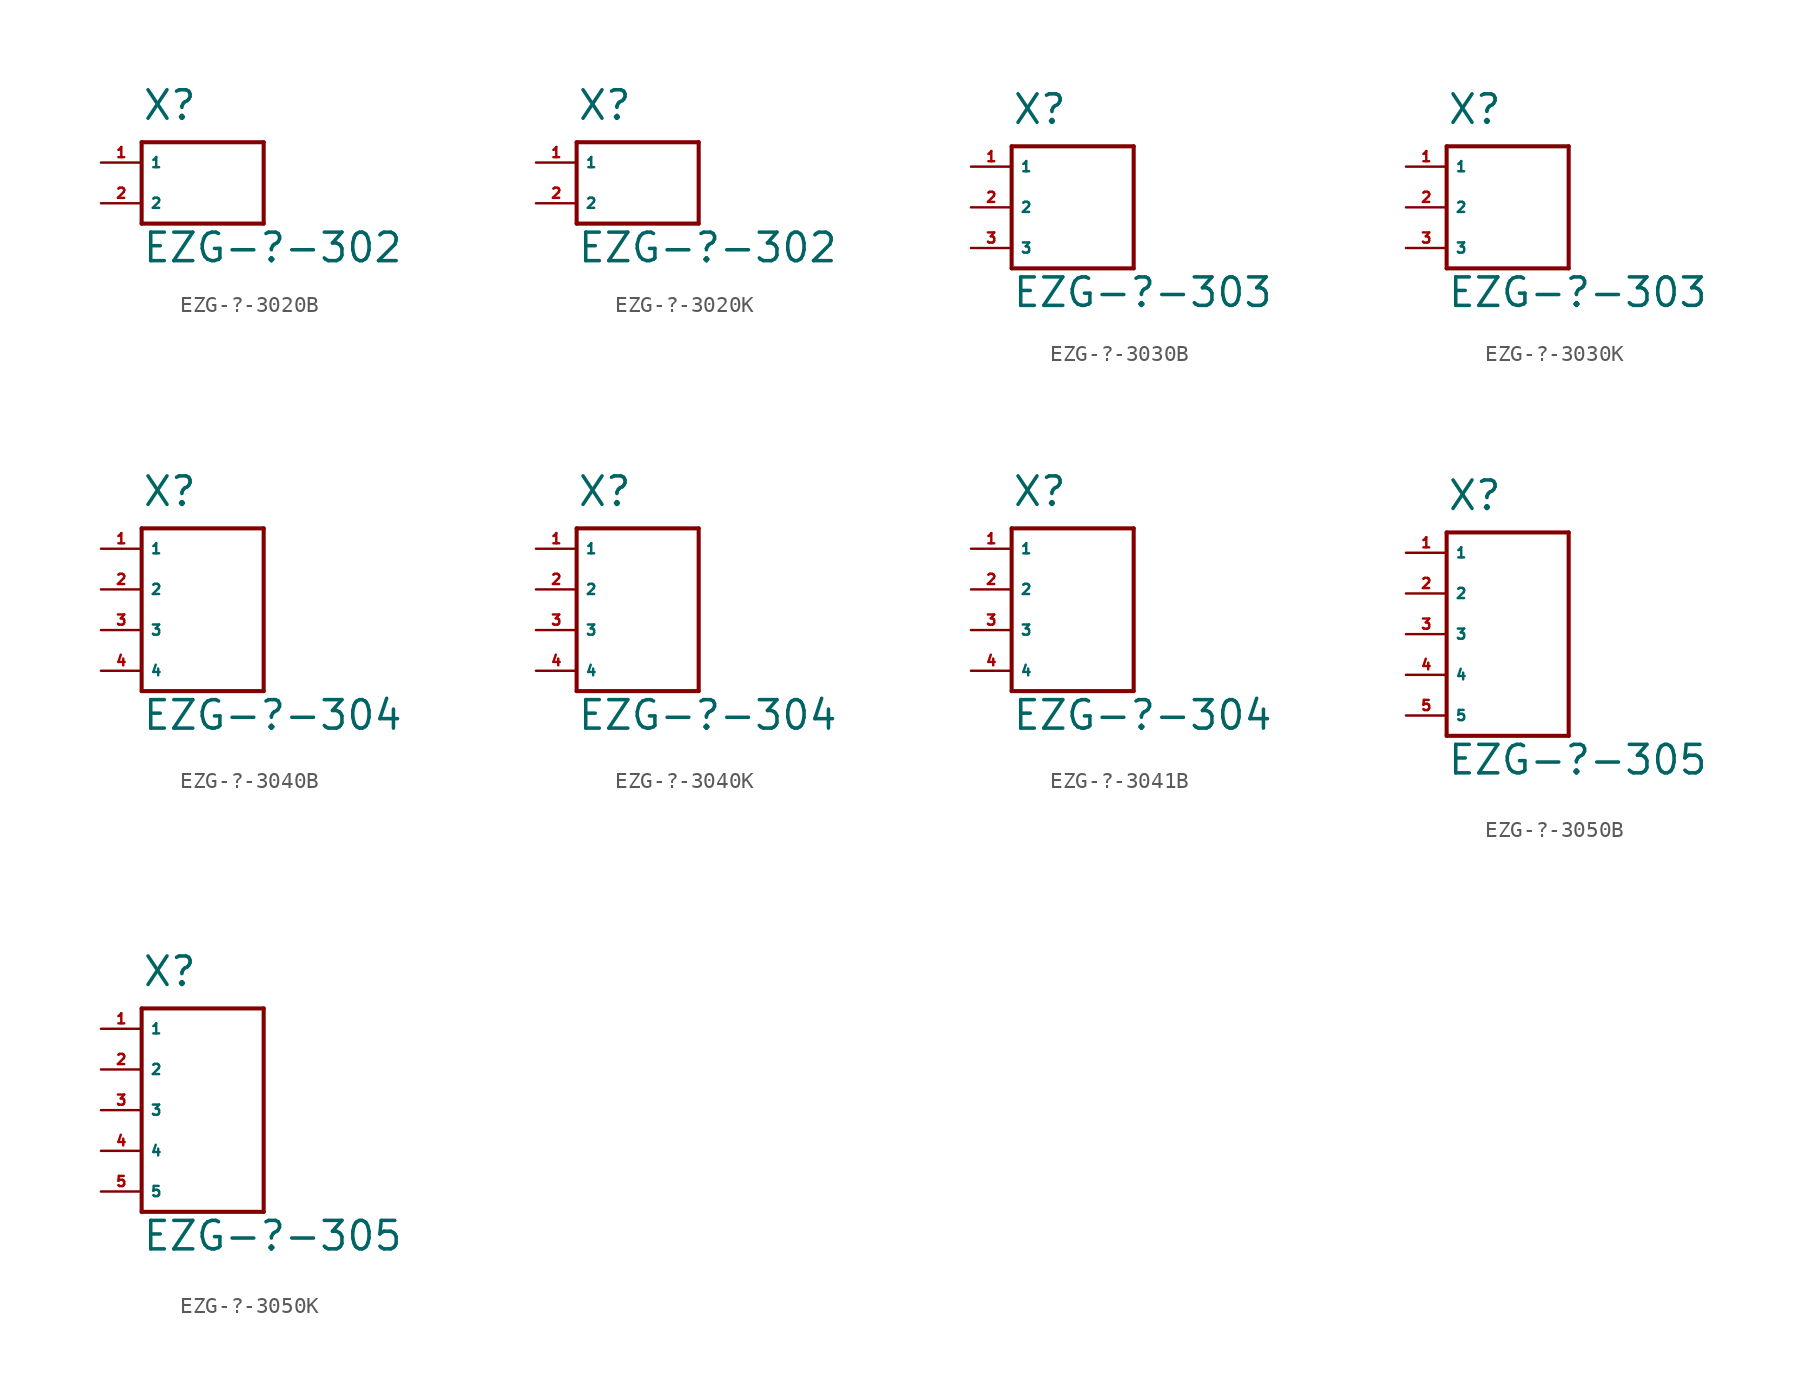
<source format=kicad_sym>
(kicad_symbol_lib
  (version 20220914)
  (generator Eagle2Kicad)
  (symbol "EZG-?-3020B"
    (property "Reference" "X"
      (at -2.54 2.54 0)
      (effects (font (size 1.778 1.778) (thickness 0.22)) (justify left bottom)))
    (property "Value" "EZG-?-302"
      (at -2.54 -6.35 0)
      (effects (font (size 1.778 1.778) (thickness 0.22)) (justify left bottom)))
    (polyline
      (pts (xy -2.54 1.27) (xy -2.54 -3.81))
      (stroke (width 0.254) (type default))
      (fill (type none)))
    (polyline
      (pts (xy -2.54 -3.81) (xy 5.08 -3.81))
      (stroke (width 0.254) (type default))
      (fill (type none)))
    (polyline
      (pts (xy 5.08 -3.81) (xy 5.08 1.27))
      (stroke (width 0.254) (type default))
      (fill (type none)))
    (polyline
      (pts (xy 5.08 1.27) (xy -2.54 1.27))
      (stroke (width 0.254) (type default))
      (fill (type none)))
    (pin passive line
      (at -5.08 0 0)
      (length 2.54)
      (name "1" (effects (font (size 0.635 0.635) (thickness 0.08)) (justify left bottom)))
      (number "1" (effects (font (size 0.635 0.635) (thickness 0.08)) (justify left bottom))))
    (pin passive line
      (at -5.08 -2.54 0)
      (length 2.54)
      (name "2" (effects (font (size 0.635 0.635) (thickness 0.08)) (justify left bottom)))
      (number "2" (effects (font (size 0.635 0.635) (thickness 0.08)) (justify left bottom)))))
  (symbol "EZG-?-3020K"
    (property "Reference" "X"
      (at -2.54 2.54 0)
      (effects (font (size 1.778 1.778) (thickness 0.22)) (justify left bottom)))
    (property "Value" "EZG-?-302"
      (at -2.54 -6.35 0)
      (effects (font (size 1.778 1.778) (thickness 0.22)) (justify left bottom)))
    (polyline
      (pts (xy -2.54 1.27) (xy -2.54 -3.81))
      (stroke (width 0.254) (type default))
      (fill (type none)))
    (polyline
      (pts (xy -2.54 -3.81) (xy 5.08 -3.81))
      (stroke (width 0.254) (type default))
      (fill (type none)))
    (polyline
      (pts (xy 5.08 -3.81) (xy 5.08 1.27))
      (stroke (width 0.254) (type default))
      (fill (type none)))
    (polyline
      (pts (xy 5.08 1.27) (xy -2.54 1.27))
      (stroke (width 0.254) (type default))
      (fill (type none)))
    (pin passive line
      (at -5.08 0 0)
      (length 2.54)
      (name "1" (effects (font (size 0.635 0.635) (thickness 0.08)) (justify left bottom)))
      (number "1" (effects (font (size 0.635 0.635) (thickness 0.08)) (justify left bottom))))
    (pin passive line
      (at -5.08 -2.54 0)
      (length 2.54)
      (name "2" (effects (font (size 0.635 0.635) (thickness 0.08)) (justify left bottom)))
      (number "2" (effects (font (size 0.635 0.635) (thickness 0.08)) (justify left bottom)))))
  (symbol "EZG-?-3030B"
    (property "Reference" "X"
      (at -2.54 2.54 0)
      (effects (font (size 1.778 1.778) (thickness 0.22)) (justify left bottom)))
    (property "Value" "EZG-?-303"
      (at -2.54 -8.89 0)
      (effects (font (size 1.778 1.778) (thickness 0.22)) (justify left bottom)))
    (polyline
      (pts (xy -2.54 1.27) (xy -2.54 -6.35))
      (stroke (width 0.254) (type default))
      (fill (type none)))
    (polyline
      (pts (xy -2.54 -6.35) (xy 5.08 -6.35))
      (stroke (width 0.254) (type default))
      (fill (type none)))
    (polyline
      (pts (xy 5.08 -6.35) (xy 5.08 1.27))
      (stroke (width 0.254) (type default))
      (fill (type none)))
    (polyline
      (pts (xy 5.08 1.27) (xy -2.54 1.27))
      (stroke (width 0.254) (type default))
      (fill (type none)))
    (pin passive line
      (at -5.08 0 0)
      (length 2.54)
      (name "1" (effects (font (size 0.635 0.635) (thickness 0.08)) (justify left bottom)))
      (number "1" (effects (font (size 0.635 0.635) (thickness 0.08)) (justify left bottom))))
    (pin passive line
      (at -5.08 -2.54 0)
      (length 2.54)
      (name "2" (effects (font (size 0.635 0.635) (thickness 0.08)) (justify left bottom)))
      (number "2" (effects (font (size 0.635 0.635) (thickness 0.08)) (justify left bottom))))
    (pin passive line
      (at -5.08 -5.08 0)
      (length 2.54)
      (name "3" (effects (font (size 0.635 0.635) (thickness 0.08)) (justify left bottom)))
      (number "3" (effects (font (size 0.635 0.635) (thickness 0.08)) (justify left bottom)))))
  (symbol "EZG-?-3030K"
    (property "Reference" "X"
      (at -2.54 2.54 0)
      (effects (font (size 1.778 1.778) (thickness 0.22)) (justify left bottom)))
    (property "Value" "EZG-?-303"
      (at -2.54 -8.89 0)
      (effects (font (size 1.778 1.778) (thickness 0.22)) (justify left bottom)))
    (polyline
      (pts (xy -2.54 1.27) (xy -2.54 -6.35))
      (stroke (width 0.254) (type default))
      (fill (type none)))
    (polyline
      (pts (xy -2.54 -6.35) (xy 5.08 -6.35))
      (stroke (width 0.254) (type default))
      (fill (type none)))
    (polyline
      (pts (xy 5.08 -6.35) (xy 5.08 1.27))
      (stroke (width 0.254) (type default))
      (fill (type none)))
    (polyline
      (pts (xy 5.08 1.27) (xy -2.54 1.27))
      (stroke (width 0.254) (type default))
      (fill (type none)))
    (pin passive line
      (at -5.08 0 0)
      (length 2.54)
      (name "1" (effects (font (size 0.635 0.635) (thickness 0.08)) (justify left bottom)))
      (number "1" (effects (font (size 0.635 0.635) (thickness 0.08)) (justify left bottom))))
    (pin passive line
      (at -5.08 -2.54 0)
      (length 2.54)
      (name "2" (effects (font (size 0.635 0.635) (thickness 0.08)) (justify left bottom)))
      (number "2" (effects (font (size 0.635 0.635) (thickness 0.08)) (justify left bottom))))
    (pin passive line
      (at -5.08 -5.08 0)
      (length 2.54)
      (name "3" (effects (font (size 0.635 0.635) (thickness 0.08)) (justify left bottom)))
      (number "3" (effects (font (size 0.635 0.635) (thickness 0.08)) (justify left bottom)))))
  (symbol "EZG-?-3040B"
    (property "Reference" "X"
      (at -2.54 2.54 0)
      (effects (font (size 1.778 1.778) (thickness 0.22)) (justify left bottom)))
    (property "Value" "EZG-?-304"
      (at -2.54 -11.43 0)
      (effects (font (size 1.778 1.778) (thickness 0.22)) (justify left bottom)))
    (polyline
      (pts (xy -2.54 1.27) (xy -2.54 -8.89))
      (stroke (width 0.254) (type default))
      (fill (type none)))
    (polyline
      (pts (xy -2.54 -8.89) (xy 5.08 -8.89))
      (stroke (width 0.254) (type default))
      (fill (type none)))
    (polyline
      (pts (xy 5.08 -8.89) (xy 5.08 1.27))
      (stroke (width 0.254) (type default))
      (fill (type none)))
    (polyline
      (pts (xy 5.08 1.27) (xy -2.54 1.27))
      (stroke (width 0.254) (type default))
      (fill (type none)))
    (pin passive line
      (at -5.08 0 0)
      (length 2.54)
      (name "1" (effects (font (size 0.635 0.635) (thickness 0.08)) (justify left bottom)))
      (number "1" (effects (font (size 0.635 0.635) (thickness 0.08)) (justify left bottom))))
    (pin passive line
      (at -5.08 -2.54 0)
      (length 2.54)
      (name "2" (effects (font (size 0.635 0.635) (thickness 0.08)) (justify left bottom)))
      (number "2" (effects (font (size 0.635 0.635) (thickness 0.08)) (justify left bottom))))
    (pin passive line
      (at -5.08 -5.08 0)
      (length 2.54)
      (name "3" (effects (font (size 0.635 0.635) (thickness 0.08)) (justify left bottom)))
      (number "3" (effects (font (size 0.635 0.635) (thickness 0.08)) (justify left bottom))))
    (pin passive line
      (at -5.08 -7.62 0)
      (length 2.54)
      (name "4" (effects (font (size 0.635 0.635) (thickness 0.08)) (justify left bottom)))
      (number "4" (effects (font (size 0.635 0.635) (thickness 0.08)) (justify left bottom)))))
  (symbol "EZG-?-3040K"
    (property "Reference" "X"
      (at -2.54 2.54 0)
      (effects (font (size 1.778 1.778) (thickness 0.22)) (justify left bottom)))
    (property "Value" "EZG-?-304"
      (at -2.54 -11.43 0)
      (effects (font (size 1.778 1.778) (thickness 0.22)) (justify left bottom)))
    (polyline
      (pts (xy -2.54 1.27) (xy -2.54 -8.89))
      (stroke (width 0.254) (type default))
      (fill (type none)))
    (polyline
      (pts (xy -2.54 -8.89) (xy 5.08 -8.89))
      (stroke (width 0.254) (type default))
      (fill (type none)))
    (polyline
      (pts (xy 5.08 -8.89) (xy 5.08 1.27))
      (stroke (width 0.254) (type default))
      (fill (type none)))
    (polyline
      (pts (xy 5.08 1.27) (xy -2.54 1.27))
      (stroke (width 0.254) (type default))
      (fill (type none)))
    (pin passive line
      (at -5.08 0 0)
      (length 2.54)
      (name "1" (effects (font (size 0.635 0.635) (thickness 0.08)) (justify left bottom)))
      (number "1" (effects (font (size 0.635 0.635) (thickness 0.08)) (justify left bottom))))
    (pin passive line
      (at -5.08 -2.54 0)
      (length 2.54)
      (name "2" (effects (font (size 0.635 0.635) (thickness 0.08)) (justify left bottom)))
      (number "2" (effects (font (size 0.635 0.635) (thickness 0.08)) (justify left bottom))))
    (pin passive line
      (at -5.08 -5.08 0)
      (length 2.54)
      (name "3" (effects (font (size 0.635 0.635) (thickness 0.08)) (justify left bottom)))
      (number "3" (effects (font (size 0.635 0.635) (thickness 0.08)) (justify left bottom))))
    (pin passive line
      (at -5.08 -7.62 0)
      (length 2.54)
      (name "4" (effects (font (size 0.635 0.635) (thickness 0.08)) (justify left bottom)))
      (number "4" (effects (font (size 0.635 0.635) (thickness 0.08)) (justify left bottom)))))
  (symbol "EZG-?-3041B"
    (property "Reference" "X"
      (at -2.54 2.54 0)
      (effects (font (size 1.778 1.778) (thickness 0.22)) (justify left bottom)))
    (property "Value" "EZG-?-304"
      (at -2.54 -11.43 0)
      (effects (font (size 1.778 1.778) (thickness 0.22)) (justify left bottom)))
    (polyline
      (pts (xy -2.54 1.27) (xy -2.54 -8.89))
      (stroke (width 0.254) (type default))
      (fill (type none)))
    (polyline
      (pts (xy -2.54 -8.89) (xy 5.08 -8.89))
      (stroke (width 0.254) (type default))
      (fill (type none)))
    (polyline
      (pts (xy 5.08 -8.89) (xy 5.08 1.27))
      (stroke (width 0.254) (type default))
      (fill (type none)))
    (polyline
      (pts (xy 5.08 1.27) (xy -2.54 1.27))
      (stroke (width 0.254) (type default))
      (fill (type none)))
    (pin passive line
      (at -5.08 0 0)
      (length 2.54)
      (name "1" (effects (font (size 0.635 0.635) (thickness 0.08)) (justify left bottom)))
      (number "1" (effects (font (size 0.635 0.635) (thickness 0.08)) (justify left bottom))))
    (pin passive line
      (at -5.08 -2.54 0)
      (length 2.54)
      (name "2" (effects (font (size 0.635 0.635) (thickness 0.08)) (justify left bottom)))
      (number "2" (effects (font (size 0.635 0.635) (thickness 0.08)) (justify left bottom))))
    (pin passive line
      (at -5.08 -5.08 0)
      (length 2.54)
      (name "3" (effects (font (size 0.635 0.635) (thickness 0.08)) (justify left bottom)))
      (number "3" (effects (font (size 0.635 0.635) (thickness 0.08)) (justify left bottom))))
    (pin passive line
      (at -5.08 -7.62 0)
      (length 2.54)
      (name "4" (effects (font (size 0.635 0.635) (thickness 0.08)) (justify left bottom)))
      (number "4" (effects (font (size 0.635 0.635) (thickness 0.08)) (justify left bottom)))))
  (symbol "EZG-?-3050B"
    (property "Reference" "X"
      (at -2.54 2.54 0)
      (effects (font (size 1.778 1.778) (thickness 0.22)) (justify left bottom)))
    (property "Value" "EZG-?-305"
      (at -2.54 -13.97 0)
      (effects (font (size 1.778 1.778) (thickness 0.22)) (justify left bottom)))
    (polyline
      (pts (xy -2.54 1.27) (xy -2.54 -11.43))
      (stroke (width 0.254) (type default))
      (fill (type none)))
    (polyline
      (pts (xy -2.54 -11.43) (xy 5.08 -11.43))
      (stroke (width 0.254) (type default))
      (fill (type none)))
    (polyline
      (pts (xy 5.08 -11.43) (xy 5.08 1.27))
      (stroke (width 0.254) (type default))
      (fill (type none)))
    (polyline
      (pts (xy 5.08 1.27) (xy -2.54 1.27))
      (stroke (width 0.254) (type default))
      (fill (type none)))
    (pin passive line
      (at -5.08 0 0)
      (length 2.54)
      (name "1" (effects (font (size 0.635 0.635) (thickness 0.08)) (justify left bottom)))
      (number "1" (effects (font (size 0.635 0.635) (thickness 0.08)) (justify left bottom))))
    (pin passive line
      (at -5.08 -2.54 0)
      (length 2.54)
      (name "2" (effects (font (size 0.635 0.635) (thickness 0.08)) (justify left bottom)))
      (number "2" (effects (font (size 0.635 0.635) (thickness 0.08)) (justify left bottom))))
    (pin passive line
      (at -5.08 -5.08 0)
      (length 2.54)
      (name "3" (effects (font (size 0.635 0.635) (thickness 0.08)) (justify left bottom)))
      (number "3" (effects (font (size 0.635 0.635) (thickness 0.08)) (justify left bottom))))
    (pin passive line
      (at -5.08 -7.62 0)
      (length 2.54)
      (name "4" (effects (font (size 0.635 0.635) (thickness 0.08)) (justify left bottom)))
      (number "4" (effects (font (size 0.635 0.635) (thickness 0.08)) (justify left bottom))))
    (pin passive line
      (at -5.08 -10.16 0)
      (length 2.54)
      (name "5" (effects (font (size 0.635 0.635) (thickness 0.08)) (justify left bottom)))
      (number "5" (effects (font (size 0.635 0.635) (thickness 0.08)) (justify left bottom)))))
  (symbol "EZG-?-3050K"
    (property "Reference" "X"
      (at -2.54 2.54 0)
      (effects (font (size 1.778 1.778) (thickness 0.22)) (justify left bottom)))
    (property "Value" "EZG-?-305"
      (at -2.54 -13.97 0)
      (effects (font (size 1.778 1.778) (thickness 0.22)) (justify left bottom)))
    (polyline
      (pts (xy -2.54 1.27) (xy -2.54 -11.43))
      (stroke (width 0.254) (type default))
      (fill (type none)))
    (polyline
      (pts (xy -2.54 -11.43) (xy 5.08 -11.43))
      (stroke (width 0.254) (type default))
      (fill (type none)))
    (polyline
      (pts (xy 5.08 -11.43) (xy 5.08 1.27))
      (stroke (width 0.254) (type default))
      (fill (type none)))
    (polyline
      (pts (xy 5.08 1.27) (xy -2.54 1.27))
      (stroke (width 0.254) (type default))
      (fill (type none)))
    (pin passive line
      (at -5.08 0 0)
      (length 2.54)
      (name "1" (effects (font (size 0.635 0.635) (thickness 0.08)) (justify left bottom)))
      (number "1" (effects (font (size 0.635 0.635) (thickness 0.08)) (justify left bottom))))
    (pin passive line
      (at -5.08 -2.54 0)
      (length 2.54)
      (name "2" (effects (font (size 0.635 0.635) (thickness 0.08)) (justify left bottom)))
      (number "2" (effects (font (size 0.635 0.635) (thickness 0.08)) (justify left bottom))))
    (pin passive line
      (at -5.08 -5.08 0)
      (length 2.54)
      (name "3" (effects (font (size 0.635 0.635) (thickness 0.08)) (justify left bottom)))
      (number "3" (effects (font (size 0.635 0.635) (thickness 0.08)) (justify left bottom))))
    (pin passive line
      (at -5.08 -7.62 0)
      (length 2.54)
      (name "4" (effects (font (size 0.635 0.635) (thickness 0.08)) (justify left bottom)))
      (number "4" (effects (font (size 0.635 0.635) (thickness 0.08)) (justify left bottom))))
    (pin passive line
      (at -5.08 -10.16 0)
      (length 2.54)
      (name "5" (effects (font (size 0.635 0.635) (thickness 0.08)) (justify left bottom)))
      (number "5" (effects (font (size 0.635 0.635) (thickness 0.08)) (justify left bottom))))))
</source>
